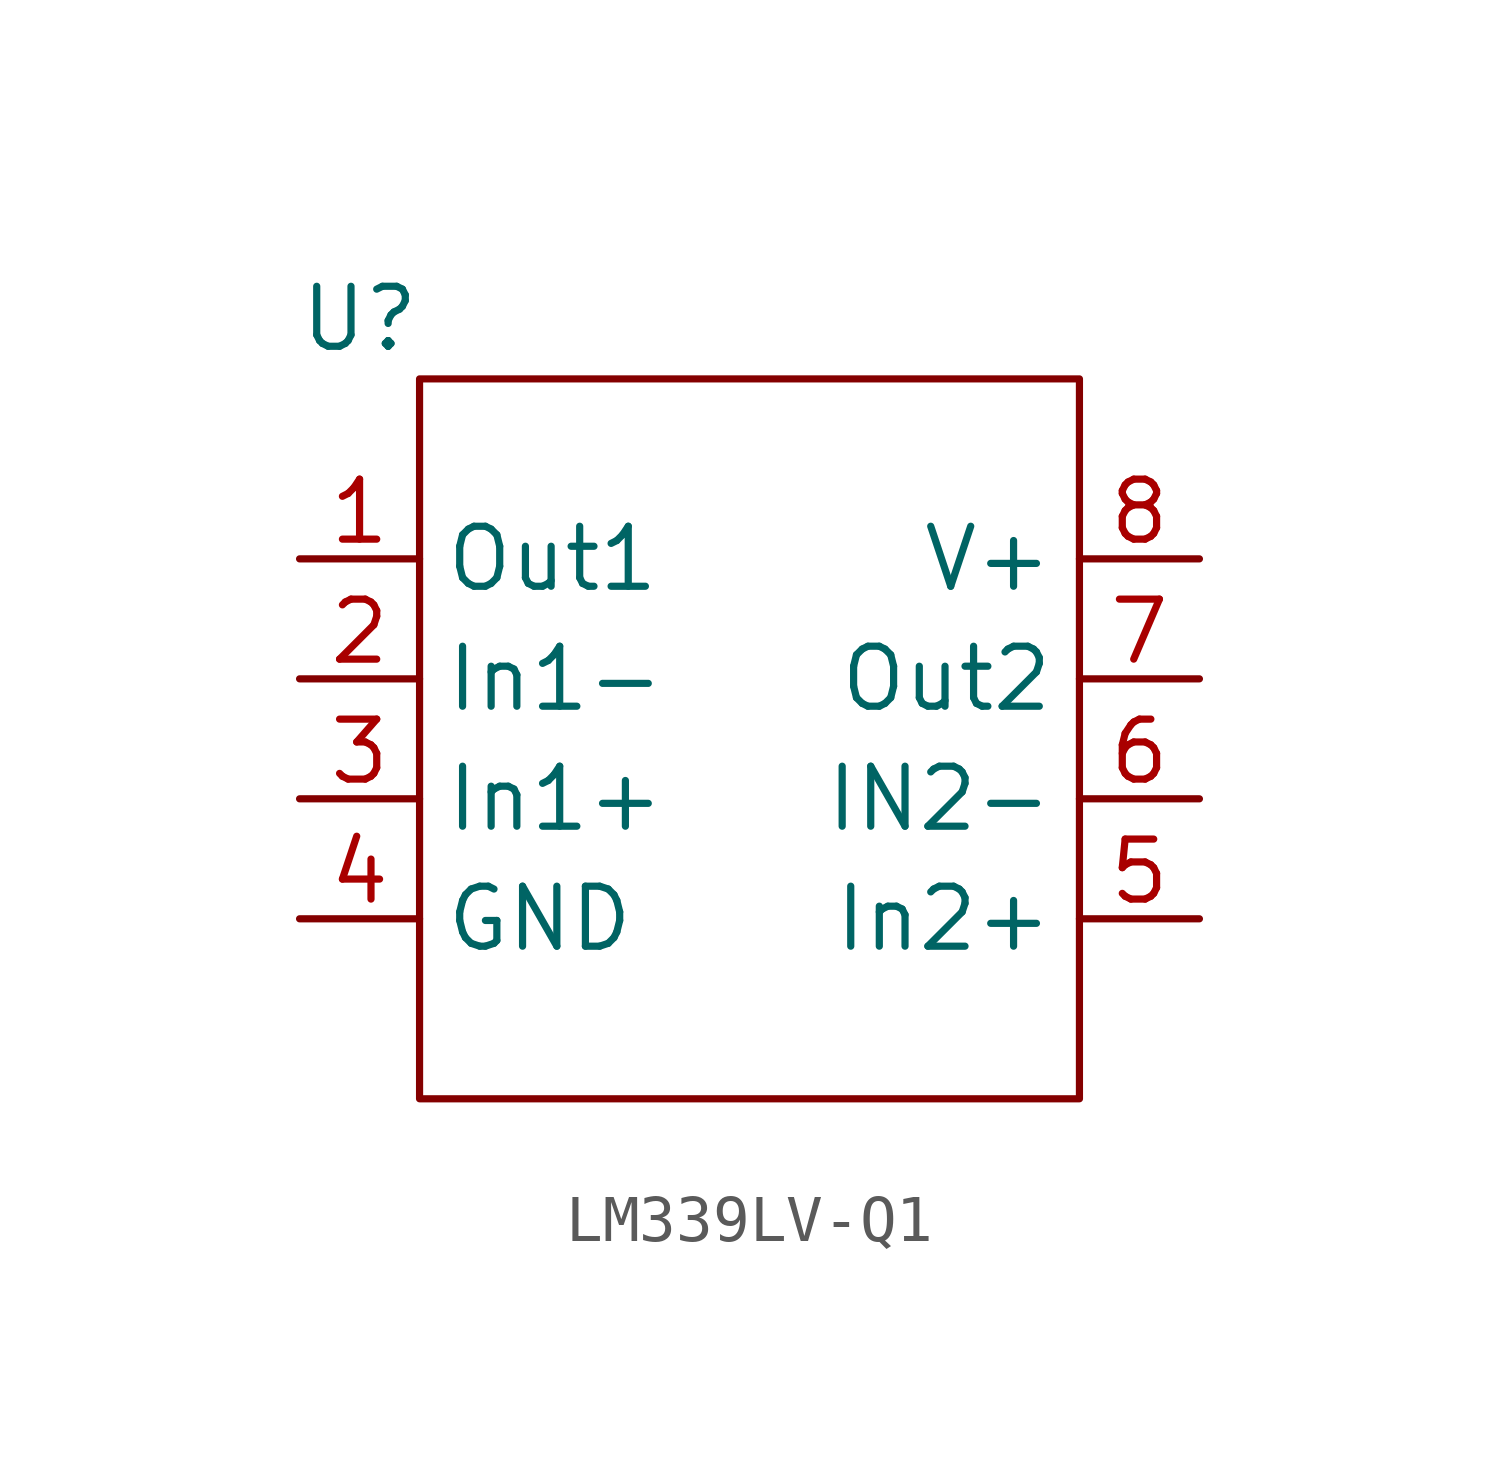
<source format=kicad_sym>
(kicad_symbol_lib
  (version 20231120)
  (generator "kicad_symbol_editor")
  (generator_version "8.0")
  (symbol "LM339LV-Q1"
    (property "Reference" "U"
      (at 0 0 0)
      (effects (font (size 1.27 1.27))))
    (property "Value" ""
      (at 0 0 0)
      (effects (font (size 1.27 1.27))))
    (symbol "LM339LV-Q1_0_1"
      (rectangle (start 1.27 -1.27) (end 15.24 -16.51) (stroke (width 0) (type default)) (fill (type none))))
    (symbol "LM339LV-Q1_1_1"
      (pin output line (at -1.27 -5.08 0) (length 2.54) (name "Out1" (effects (font (size 1.27 1.27)))) (number "1" (effects (font (size 1.27 1.27)))))
      (pin input line (at -1.27 -7.62 0) (length 2.54) (name "In1-" (effects (font (size 1.27 1.27)))) (number "2" (effects (font (size 1.27 1.27)))))
      (pin input line (at -1.27 -10.16 0) (length 2.54) (name "In1+" (effects (font (size 1.27 1.27)))) (number "3" (effects (font (size 1.27 1.27)))))
      (pin power_in line (at -1.27 -12.7 0) (length 2.54) (name "GND" (effects (font (size 1.27 1.27)))) (number "4" (effects (font (size 1.27 1.27)))))
      (pin input line (at 17.78 -12.7 180) (length 2.54) (name "In2+" (effects (font (size 1.27 1.27)))) (number "5" (effects (font (size 1.27 1.27)))))
      (pin input line (at 17.78 -10.16 180) (length 2.54) (name "IN2-" (effects (font (size 1.27 1.27)))) (number "6" (effects (font (size 1.27 1.27)))))
      (pin output line (at 17.78 -7.62 180) (length 2.54) (name "Out2" (effects (font (size 1.27 1.27)))) (number "7" (effects (font (size 1.27 1.27)))))
      (pin power_in line (at 17.78 -5.08 180) (length 2.54) (name "V+" (effects (font (size 1.27 1.27)))) (number "8" (effects (font (size 1.27 1.27))))))))
</source>
